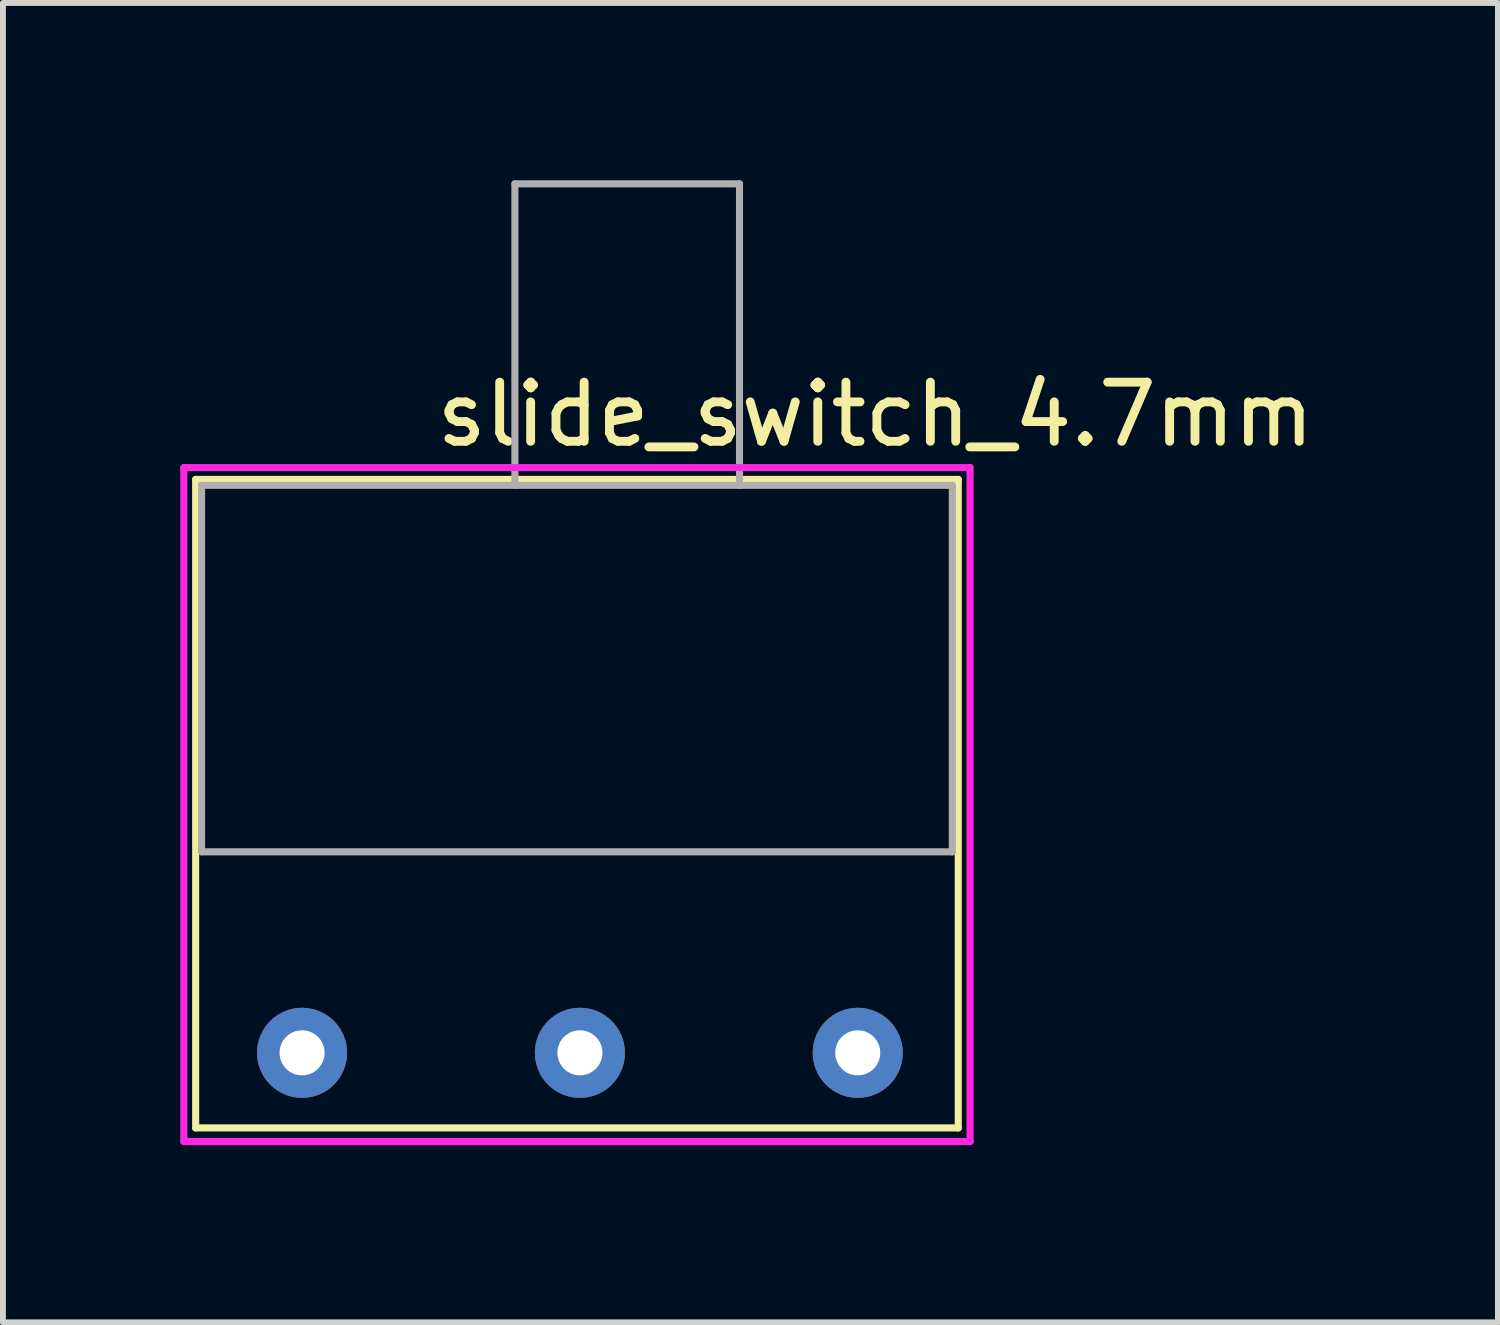
<source format=kicad_pcb>
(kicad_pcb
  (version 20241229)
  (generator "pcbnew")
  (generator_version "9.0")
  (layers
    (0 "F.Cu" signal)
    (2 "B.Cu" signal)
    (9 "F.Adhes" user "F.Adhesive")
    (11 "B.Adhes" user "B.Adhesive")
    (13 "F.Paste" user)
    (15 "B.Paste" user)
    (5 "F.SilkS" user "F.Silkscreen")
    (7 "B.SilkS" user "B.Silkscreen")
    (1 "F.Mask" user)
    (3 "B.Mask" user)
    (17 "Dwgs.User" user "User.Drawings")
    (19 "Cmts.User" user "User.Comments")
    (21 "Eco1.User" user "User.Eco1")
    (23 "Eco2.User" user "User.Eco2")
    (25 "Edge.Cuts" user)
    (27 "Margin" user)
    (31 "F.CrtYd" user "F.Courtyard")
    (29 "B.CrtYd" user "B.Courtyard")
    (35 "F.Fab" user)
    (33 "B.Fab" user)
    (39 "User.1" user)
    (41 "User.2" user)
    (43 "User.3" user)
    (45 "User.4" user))
  (footprint "slide_switch_4.7mm"
    (layer "F.Cu")
    (at 6.76 14.76)
    (property "Reference" "slide_switch_4.7mm" (at 5 -10.8 0) (layer "F.SilkS") (effects (font (size 1 1) (thickness 0.15))))
    (attr through_hole)
    (fp_line (start -6.5 -9.7) (end 6.4 -9.7) (stroke (width 0.12) (type solid)) (layer "F.SilkS"))
    (fp_line (start -6.5 1.27) (end -6.5 -9.7) (stroke (width 0.12) (type solid)) (layer "F.SilkS"))
    (fp_line (start 6.4 1.27) (end -6.5 1.27) (stroke (width 0.12) (type solid)) (layer "F.SilkS"))
    (fp_line (start 6.4 1.27) (end 6.4 -9.7) (stroke (width 0.12) (type solid)) (layer "F.SilkS"))
    (fp_line (start -6.7 -9.9) (end 6.6 -9.9) (stroke (width 0.12) (type solid)) (layer "F.CrtYd"))
    (fp_line (start -6.7 1.5) (end -6.7 -9.9) (stroke (width 0.12) (type solid)) (layer "F.CrtYd"))
    (fp_line (start 6.6 -9.9) (end 6.6 1.5) (stroke (width 0.12) (type solid)) (layer "F.CrtYd"))
    (fp_line (start 6.6 1.5) (end -6.7 1.5) (stroke (width 0.12) (type solid)) (layer "F.CrtYd"))
    (fp_line (start -6.4 -9.6) (end -6.4 -3.4) (stroke (width 0.12) (type solid)) (layer "F.Fab"))
    (fp_line (start -6.4 -9.6) (end 6.3 -9.6) (stroke (width 0.12) (type solid)) (layer "F.Fab"))
    (fp_line (start -6.4 -3.4) (end 6.3 -3.4) (stroke (width 0.12) (type solid)) (layer "F.Fab"))
    (fp_line (start -1.1 -14.7) (end -1.1 -9.6) (stroke (width 0.12) (type solid)) (layer "F.Fab"))
    (fp_line (start 2.7 -14.7) (end -1.1 -14.7) (stroke (width 0.12) (type solid)) (layer "F.Fab"))
    (fp_line (start 2.7 -9.6) (end 2.7 -14.7) (stroke (width 0.12) (type solid)) (layer "F.Fab"))
    (fp_line (start 6.3 -9.6) (end 6.3 -3.4) (stroke (width 0.12) (type solid)) (layer "F.Fab"))
    (pad "1" thru_hole circle (at -4.7 0) (size 1.524 1.524) (drill 0.762) (layers "*.Cu" "*.Mask"))
    (pad "2" thru_hole circle (at 0 0) (size 1.524 1.524) (drill 0.762) (layers "*.Cu" "*.Mask"))
    (pad "3" thru_hole circle (at 4.7 0) (size 1.524 1.524) (drill 0.762) (layers "*.Cu" "*.Mask")))
  (gr_rect
    (start -3 -3)
    (end 22.29 19.32)
    (stroke (width 0.1) (type default))
    (fill no)
    (layer "Edge.Cuts")))
</source>
